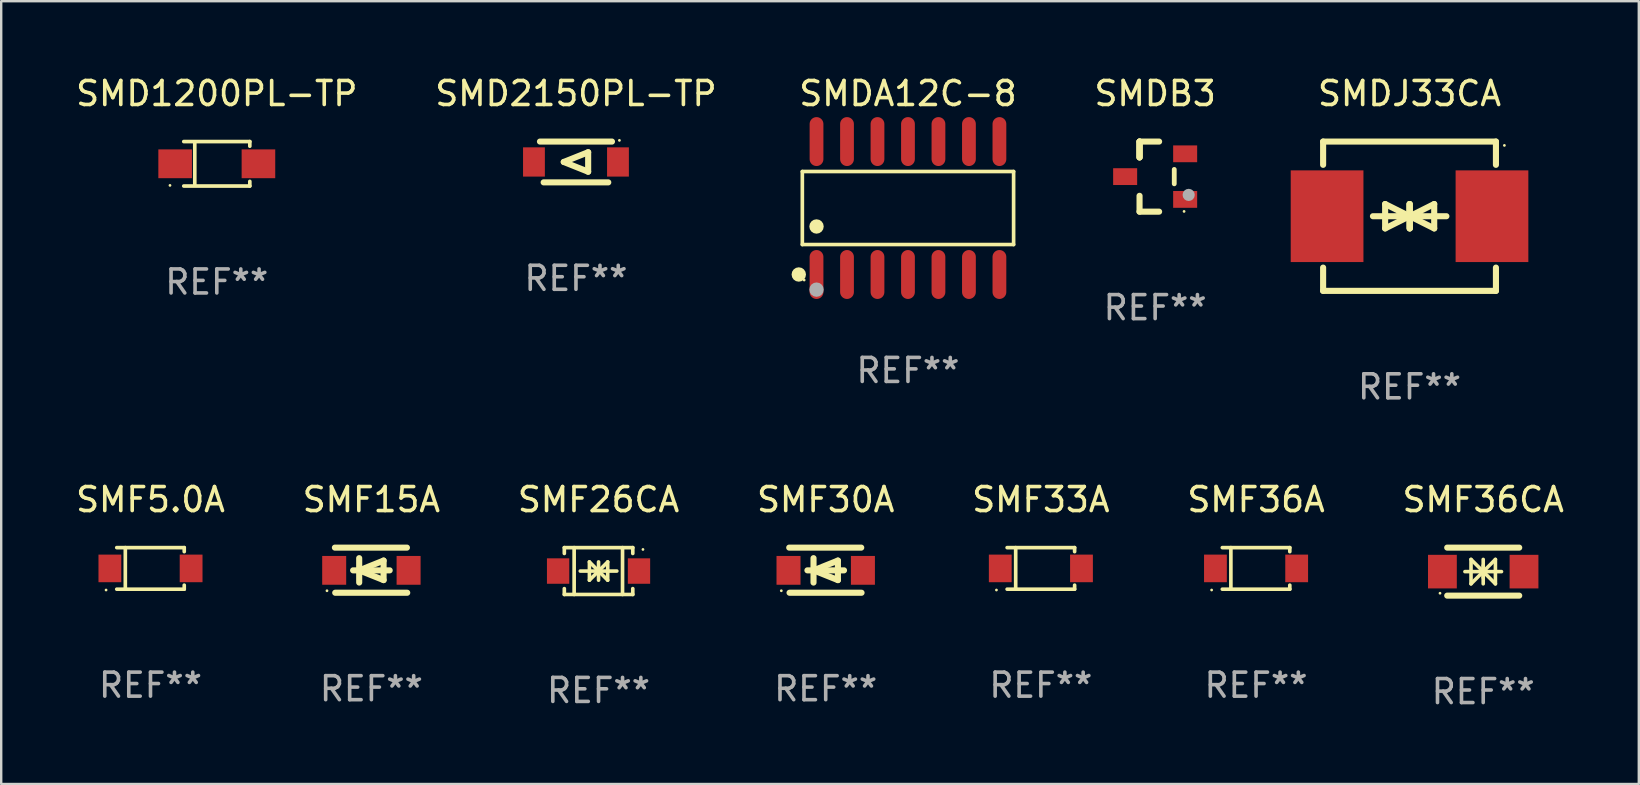
<source format=kicad_pcb>
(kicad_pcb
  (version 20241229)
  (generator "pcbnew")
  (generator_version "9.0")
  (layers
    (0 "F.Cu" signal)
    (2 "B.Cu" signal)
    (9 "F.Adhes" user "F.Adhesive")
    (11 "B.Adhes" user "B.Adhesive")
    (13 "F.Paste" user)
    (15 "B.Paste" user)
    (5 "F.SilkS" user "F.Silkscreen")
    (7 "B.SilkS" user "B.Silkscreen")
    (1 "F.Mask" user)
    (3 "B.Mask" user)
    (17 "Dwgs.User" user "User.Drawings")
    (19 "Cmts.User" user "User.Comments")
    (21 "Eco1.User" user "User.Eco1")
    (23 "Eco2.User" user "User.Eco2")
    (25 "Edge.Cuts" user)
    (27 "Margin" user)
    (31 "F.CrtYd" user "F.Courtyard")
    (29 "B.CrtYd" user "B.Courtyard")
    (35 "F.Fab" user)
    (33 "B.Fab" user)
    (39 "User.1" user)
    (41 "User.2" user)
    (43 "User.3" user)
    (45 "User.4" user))
  (footprint "SMF30A"
    (layer "F.Cu")
    (at 31.351 20.705)
    (property "Reference" "SMF30A" (at 0 -2.94 0) (layer "F.SilkS") (effects (font (size 1 1) (thickness 0.15))))
    (attr through_hole)
    (fp_line (start -1.52 -0.94) (end 1.48 -0.94) (stroke (width 0.254) (type solid)) (layer "F.SilkS"))
    (fp_line (start -1.507 0.94) (end 1.493 0.94) (stroke (width 0.254) (type solid)) (layer "F.SilkS"))
    (fp_line (start -0.762 0.007) (end 0.762 0.007) (stroke (width 0.254) (type solid)) (layer "F.SilkS"))
    (fp_line (start -0.508 -0.501) (end -0.508 0.515) (stroke (width 0.254) (type solid)) (layer "F.SilkS"))
    (fp_line (start -0.508 0.007) (end 0.508 -0.4) (stroke (width 0.254) (type solid)) (layer "F.SilkS"))
    (fp_line (start 0.508 -0.4) (end 0.508 0.413) (stroke (width 0.254) (type solid)) (layer "F.SilkS"))
    (fp_line (start 0.508 0.413) (end -0.508 0.007) (stroke (width 0.254) (type solid)) (layer "F.SilkS"))
    (fp_circle (center -1.85 0.857) (end -1.82 0.857) (stroke (width 0.06) (type solid)) (fill no) (layer "F.SilkS"))
    (fp_text user "REF**" (at 0 4.94 0) (layer "F.Fab") (effects (font (size 1 1) (thickness 0.15))))
    (pad "1" smd rect (at -1.55 0.007) (size 1 1.2) (layers "F.Cu" "F.Mask" "F.Paste"))
    (pad "2" smd rect (at 1.55 0.007) (size 1 1.2) (layers "F.Cu" "F.Mask" "F.Paste")))
  (footprint "SMF33A"
    (layer "F.Cu")
    (at 40.315 20.631)
    (property "Reference" "SMF33A" (at 0 -2.866 0) (layer "F.SilkS") (effects (font (size 1 1) (thickness 0.15))))
    (attr through_hole)
    (fp_line (start -1.406 -0.866) (end 1.406 -0.866) (stroke (width 0.152) (type solid)) (layer "F.SilkS"))
    (fp_line (start -1.406 0.866) (end 1.406 0.866) (stroke (width 0.152) (type solid)) (layer "F.SilkS"))
    (fp_line (start -1.049 -0.866) (end -1.049 0.866) (stroke (width 0.152) (type solid)) (layer "F.SilkS"))
    (fp_line (start 1.406 -0.866) (end 1.406 -0.698) (stroke (width 0.152) (type solid)) (layer "F.SilkS"))
    (fp_line (start 1.406 0.866) (end 1.406 0.698) (stroke (width 0.152) (type solid)) (layer "F.SilkS"))
    (fp_circle (center -1.851 0.9) (end -1.821 0.9) (stroke (width 0.06) (type solid)) (fill no) (layer "F.SilkS"))
    (fp_text user "REF**" (at 0 4.866 0) (layer "F.Fab") (effects (font (size 1 1) (thickness 0.15))))
    (pad "1" smd rect (at -1.692 0) (size 0.95 1.15) (layers "F.Cu" "F.Mask" "F.Paste"))
    (pad "2" smd rect (at 1.692 0) (size 0.95 1.15) (layers "F.Cu" "F.Mask" "F.Paste")))
  (footprint "SMDA12C-8"
    (layer "F.Cu")
    (at 34.778 5.617)
    (property "Reference" "SMDA12C-8" (at 0 -4.769 0) (layer "F.SilkS") (effects (font (size 1 1) (thickness 0.15))))
    (attr through_hole)
    (fp_line (start -4.401 -1.521) (end 4.401 -1.521) (stroke (width 0.152) (type solid)) (layer "F.SilkS"))
    (fp_line (start -4.401 1.521) (end -4.401 -1.521) (stroke (width 0.152) (type solid)) (layer "F.SilkS"))
    (fp_line (start 4.401 -1.521) (end 4.401 1.521) (stroke (width 0.152) (type solid)) (layer "F.SilkS"))
    (fp_line (start 4.401 1.521) (end -4.401 1.521) (stroke (width 0.152) (type solid)) (layer "F.SilkS"))
    (fp_circle (center -4.549 2.769) (end -4.399 2.769) (stroke (width 0.3) (type solid)) (fill no) (layer "F.SilkS"))
    (fp_circle (center -4.325 3) (end -4.295 3) (stroke (width 0.06) (type solid)) (fill no) (layer "F.SilkS"))
    (fp_circle (center -3.81 0.769) (end -3.66 0.769) (stroke (width 0.3) (type solid)) (fill no) (layer "F.SilkS"))
    (fp_circle (center -3.81 3.4) (end -3.66 3.4) (stroke (width 0.3) (type solid)) (fill no) (layer "F.Fab"))
    (fp_text user "REF**" (at 0 6.769 0) (layer "F.Fab") (effects (font (size 1 1) (thickness 0.15))))
    (pad "1" smd oval (at -3.81 2.769) (size 0.574 2.038) (layers "F.Cu" "F.Mask" "F.Paste"))
    (pad "2" smd oval (at -2.54 2.769) (size 0.574 2.038) (layers "F.Cu" "F.Mask" "F.Paste"))
    (pad "3" smd oval (at -1.27 2.769) (size 0.574 2.038) (layers "F.Cu" "F.Mask" "F.Paste"))
    (pad "4" smd oval (at 0 2.769) (size 0.574 2.038) (layers "F.Cu" "F.Mask" "F.Paste"))
    (pad "5" smd oval (at 1.27 2.769) (size 0.574 2.038) (layers "F.Cu" "F.Mask" "F.Paste"))
    (pad "6" smd oval (at 2.54 2.769) (size 0.574 2.038) (layers "F.Cu" "F.Mask" "F.Paste"))
    (pad "7" smd oval (at 3.81 2.769) (size 0.574 2.038) (layers "F.Cu" "F.Mask" "F.Paste"))
    (pad "8" smd oval (at 3.81 -2.769) (size 0.574 2.038) (layers "F.Cu" "F.Mask" "F.Paste"))
    (pad "9" smd oval (at 2.54 -2.769) (size 0.574 2.038) (layers "F.Cu" "F.Mask" "F.Paste"))
    (pad "10" smd oval (at 1.27 -2.769) (size 0.574 2.038) (layers "F.Cu" "F.Mask" "F.Paste"))
    (pad "11" smd oval (at 0 -2.769) (size 0.574 2.038) (layers "F.Cu" "F.Mask" "F.Paste"))
    (pad "12" smd oval (at -1.27 -2.769) (size 0.574 2.038) (layers "F.Cu" "F.Mask" "F.Paste"))
    (pad "13" smd oval (at -2.54 -2.769) (size 0.574 2.038) (layers "F.Cu" "F.Mask" "F.Paste"))
    (pad "14" smd oval (at -3.81 -2.769) (size 0.574 2.038) (layers "F.Cu" "F.Mask" "F.Paste")))
  (footprint "SMF15A"
    (layer "F.Cu")
    (at 12.423 20.705)
    (property "Reference" "SMF15A" (at 0 -2.94 0) (layer "F.SilkS") (effects (font (size 1 1) (thickness 0.15))))
    (attr through_hole)
    (fp_line (start -1.52 -0.94) (end 1.48 -0.94) (stroke (width 0.254) (type solid)) (layer "F.SilkS"))
    (fp_line (start -1.507 0.94) (end 1.493 0.94) (stroke (width 0.254) (type solid)) (layer "F.SilkS"))
    (fp_line (start -0.762 0.007) (end 0.762 0.007) (stroke (width 0.254) (type solid)) (layer "F.SilkS"))
    (fp_line (start -0.508 -0.501) (end -0.508 0.515) (stroke (width 0.254) (type solid)) (layer "F.SilkS"))
    (fp_line (start -0.508 0.007) (end 0.508 -0.4) (stroke (width 0.254) (type solid)) (layer "F.SilkS"))
    (fp_line (start 0.508 -0.4) (end 0.508 0.413) (stroke (width 0.254) (type solid)) (layer "F.SilkS"))
    (fp_line (start 0.508 0.413) (end -0.508 0.007) (stroke (width 0.254) (type solid)) (layer "F.SilkS"))
    (fp_circle (center -1.85 0.857) (end -1.82 0.857) (stroke (width 0.06) (type solid)) (fill no) (layer "F.SilkS"))
    (fp_text user "REF**" (at 0 4.94 0) (layer "F.Fab") (effects (font (size 1 1) (thickness 0.15))))
    (pad "1" smd rect (at -1.55 0.007) (size 1 1.2) (layers "F.Cu" "F.Mask" "F.Paste"))
    (pad "2" smd rect (at 1.55 0.007) (size 1 1.2) (layers "F.Cu" "F.Mask" "F.Paste")))
  (footprint "SMF36A"
    (layer "F.Cu")
    (at 49.28 20.631)
    (property "Reference" "SMF36A" (at 0 -2.866 0) (layer "F.SilkS") (effects (font (size 1 1) (thickness 0.15))))
    (attr through_hole)
    (fp_line (start -1.406 -0.866) (end 1.406 -0.866) (stroke (width 0.152) (type solid)) (layer "F.SilkS"))
    (fp_line (start -1.406 0.866) (end 1.406 0.866) (stroke (width 0.152) (type solid)) (layer "F.SilkS"))
    (fp_line (start -1.049 -0.866) (end -1.049 0.866) (stroke (width 0.152) (type solid)) (layer "F.SilkS"))
    (fp_line (start 1.406 -0.866) (end 1.406 -0.698) (stroke (width 0.152) (type solid)) (layer "F.SilkS"))
    (fp_line (start 1.406 0.866) (end 1.406 0.698) (stroke (width 0.152) (type solid)) (layer "F.SilkS"))
    (fp_circle (center -1.851 0.9) (end -1.821 0.9) (stroke (width 0.06) (type solid)) (fill no) (layer "F.SilkS"))
    (fp_text user "REF**" (at 0 4.866 0) (layer "F.Fab") (effects (font (size 1 1) (thickness 0.15))))
    (pad "1" smd rect (at -1.692 0) (size 0.95 1.15) (layers "F.Cu" "F.Mask" "F.Paste"))
    (pad "2" smd rect (at 1.692 0) (size 0.95 1.15) (layers "F.Cu" "F.Mask" "F.Paste")))
  (footprint "SMD2150PL-TP"
    (layer "F.Cu")
    (at 20.946 3.698)
    (property "Reference" "SMD2150PL-TP" (at 0 -2.85 0) (layer "F.SilkS") (effects (font (size 1 1) (thickness 0.15))))
    (attr through_hole)
    (fp_line (start -1.5 -0.85) (end 1.5 -0.85) (stroke (width 0.254) (type solid)) (layer "F.SilkS"))
    (fp_line (start -0.508 0) (end 0.508 -0.406) (stroke (width 0.254) (type solid)) (layer "F.SilkS"))
    (fp_line (start 0.508 -0.406) (end 0.508 0.406) (stroke (width 0.254) (type solid)) (layer "F.SilkS"))
    (fp_line (start 0.508 0.406) (end -0.508 0) (stroke (width 0.254) (type solid)) (layer "F.SilkS"))
    (fp_line (start 1.346 0.85) (end -1.346 0.85) (stroke (width 0.254) (type solid)) (layer "F.SilkS"))
    (fp_circle (center 1.81 -0.9) (end 1.84 -0.9) (stroke (width 0.06) (type solid)) (fill no) (layer "F.SilkS"))
    (fp_text user "REF**" (at 0 4.85 0) (layer "F.Fab") (effects (font (size 1 1) (thickness 0.15))))
    (pad "1" smd rect (at 1.75 0) (size 0.909 1.219) (layers "F.Cu" "F.Mask" "F.Paste"))
    (pad "2" smd rect (at -1.75 0) (size 0.909 1.219) (layers "F.Cu" "F.Mask" "F.Paste")))
  (footprint "SMF5.0A"
    (layer "F.Cu")
    (at 3.22 20.631)
    (property "Reference" "SMF5.0A" (at 0 -2.866 0) (layer "F.SilkS") (effects (font (size 1 1) (thickness 0.15))))
    (attr through_hole)
    (fp_line (start -1.406 -0.866) (end 1.406 -0.866) (stroke (width 0.152) (type solid)) (layer "F.SilkS"))
    (fp_line (start -1.406 0.866) (end 1.406 0.866) (stroke (width 0.152) (type solid)) (layer "F.SilkS"))
    (fp_line (start -1.049 -0.866) (end -1.049 0.866) (stroke (width 0.152) (type solid)) (layer "F.SilkS"))
    (fp_line (start 1.406 -0.866) (end 1.406 -0.698) (stroke (width 0.152) (type solid)) (layer "F.SilkS"))
    (fp_line (start 1.406 0.866) (end 1.406 0.698) (stroke (width 0.152) (type solid)) (layer "F.SilkS"))
    (fp_circle (center -1.851 0.9) (end -1.821 0.9) (stroke (width 0.06) (type solid)) (fill no) (layer "F.SilkS"))
    (fp_text user "REF**" (at 0 4.866 0) (layer "F.Fab") (effects (font (size 1 1) (thickness 0.15))))
    (pad "1" smd rect (at -1.692 0) (size 0.95 1.15) (layers "F.Cu" "F.Mask" "F.Paste"))
    (pad "2" smd rect (at 1.692 0) (size 0.95 1.15) (layers "F.Cu" "F.Mask" "F.Paste")))
  (footprint "SMDJ33CA"
    (layer "F.Cu")
    (at 55.674 5.958)
    (property "Reference" "SMDJ33CA" (at 0 -5.11 0) (layer "F.SilkS") (effects (font (size 1 1) (thickness 0.15))))
    (attr through_hole)
    (fp_line (start -3.6 -2.141) (end -3.6 -3.11) (stroke (width 0.254) (type solid)) (layer "F.SilkS"))
    (fp_line (start -3.6 3.11) (end -3.6 2.141) (stroke (width 0.254) (type solid)) (layer "F.SilkS"))
    (fp_line (start -1.524 0) (end 0.508 0) (stroke (width 0.254) (type solid)) (layer "F.SilkS"))
    (fp_line (start -1.016 -0.508) (end -1.016 0.508) (stroke (width 0.254) (type solid)) (layer "F.SilkS"))
    (fp_line (start -1.016 0.508) (end 0 0) (stroke (width 0.254) (type solid)) (layer "F.SilkS"))
    (fp_line (start 0 -0.508) (end 0 0.508) (stroke (width 0.254) (type solid)) (layer "F.SilkS"))
    (fp_line (start 0 0) (end -1.016 -0.508) (stroke (width 0.254) (type solid)) (layer "F.SilkS"))
    (fp_line (start 0 0) (end 0 -0.508) (stroke (width 0.254) (type solid)) (layer "F.SilkS"))
    (fp_line (start 0.012 0) (end 0.012 0.508) (stroke (width 0.254) (type solid)) (layer "F.SilkS"))
    (fp_line (start 0.012 0) (end 1.028 0.508) (stroke (width 0.254) (type solid)) (layer "F.SilkS"))
    (fp_line (start 0.012 0.508) (end 0.012 -0.508) (stroke (width 0.254) (type solid)) (layer "F.SilkS"))
    (fp_line (start 1.028 -0.508) (end 0.012 0) (stroke (width 0.254) (type solid)) (layer "F.SilkS"))
    (fp_line (start 1.028 0.508) (end 1.028 -0.508) (stroke (width 0.254) (type solid)) (layer "F.SilkS"))
    (fp_line (start 1.536 0) (end -0.496 0) (stroke (width 0.254) (type solid)) (layer "F.SilkS"))
    (fp_line (start 3.6 -3.11) (end -3.6 -3.11) (stroke (width 0.254) (type solid)) (layer "F.SilkS"))
    (fp_line (start 3.6 -2.141) (end 3.6 -3.11) (stroke (width 0.254) (type solid)) (layer "F.SilkS"))
    (fp_line (start 3.6 3.11) (end -3.6 3.11) (stroke (width 0.254) (type solid)) (layer "F.SilkS"))
    (fp_line (start 3.6 3.11) (end 3.6 2.141) (stroke (width 0.254) (type solid)) (layer "F.SilkS"))
    (fp_circle (center 3.952 -2.95) (end 3.982 -2.95) (stroke (width 0.06) (type solid)) (fill no) (layer "F.SilkS"))
    (fp_text user "REF**" (at 0 7.11 0) (layer "F.Fab") (effects (font (size 1 1) (thickness 0.15))))
    (pad "1" smd rect (at 3.435 0) (size 3.03 3.82) (layers "F.Cu" "F.Mask" "F.Paste"))
    (pad "2" smd rect (at -3.435 0) (size 3.03 3.82) (layers "F.Cu" "F.Mask" "F.Paste")))
  (footprint "SMF26CA"
    (layer "F.Cu")
    (at 21.887 20.741)
    (property "Reference" "SMF26CA" (at 0 -2.976 0) (layer "F.SilkS") (effects (font (size 1 1) (thickness 0.15))))
    (attr through_hole)
    (fp_line (start -1.426 -0.976) (end -1.426 -0.733) (stroke (width 0.152) (type solid)) (layer "F.SilkS"))
    (fp_line (start -1.426 -0.976) (end 1.426 -0.976) (stroke (width 0.152) (type solid)) (layer "F.SilkS"))
    (fp_line (start -1.426 0.976) (end -1.426 0.733) (stroke (width 0.152) (type solid)) (layer "F.SilkS"))
    (fp_line (start -1.426 0.976) (end 1.426 0.976) (stroke (width 0.152) (type solid)) (layer "F.SilkS"))
    (fp_line (start -1.017 -0.976) (end -1.017 0.976) (stroke (width 0.152) (type solid)) (layer "F.SilkS"))
    (fp_line (start -0.762 0) (end 0.762 0) (stroke (width 0.15) (type solid)) (layer "F.SilkS"))
    (fp_line (start -0.381 -0.381) (end 0 0) (stroke (width 0.15) (type solid)) (layer "F.SilkS"))
    (fp_line (start -0.381 0.381) (end -0.381 -0.381) (stroke (width 0.15) (type solid)) (layer "F.SilkS"))
    (fp_line (start 0 -0.381) (end 0 0.381) (stroke (width 0.15) (type solid)) (layer "F.SilkS"))
    (fp_line (start 0 0) (end -0.381 0.381) (stroke (width 0.15) (type solid)) (layer "F.SilkS"))
    (fp_line (start 0 0) (end 0.381 -0.381) (stroke (width 0.15) (type solid)) (layer "F.SilkS"))
    (fp_line (start 0.381 -0.381) (end 0.381 0.381) (stroke (width 0.15) (type solid)) (layer "F.SilkS"))
    (fp_line (start 0.381 0.381) (end 0 0) (stroke (width 0.15) (type solid)) (layer "F.SilkS"))
    (fp_line (start 0.999 -0.976) (end 0.999 0.976) (stroke (width 0.152) (type solid)) (layer "F.SilkS"))
    (fp_line (start 1.426 -0.976) (end 1.426 -0.733) (stroke (width 0.152) (type solid)) (layer "F.SilkS"))
    (fp_line (start 1.426 0.976) (end 1.426 0.733) (stroke (width 0.152) (type solid)) (layer "F.SilkS"))
    (fp_circle (center 1.85 -0.9) (end 1.88 -0.9) (stroke (width 0.06) (type solid)) (fill no) (layer "F.SilkS"))
    (fp_text user "REF**" (at 0 4.976 0) (layer "F.Fab") (effects (font (size 1 1) (thickness 0.15))))
    (pad "1" smd rect (at 1.685 0 180) (size 0.93 1.06) (layers "F.Cu" "F.Mask" "F.Paste"))
    (pad "2" smd rect (at -1.685 0 180) (size 0.93 1.06) (layers "F.Cu" "F.Mask" "F.Paste")))
  (footprint "SMDB3"
    (layer "F.Cu")
    (at 45.076 4.308)
    (property "Reference" "SMDB3" (at 0 -3.46 0) (layer "F.SilkS") (effects (font (size 1 1) (thickness 0.15))))
    (attr through_hole)
    (fp_line (start -0.65 -1.46) (end -0.65 -0.8) (stroke (width 0.254) (type solid)) (layer "F.SilkS"))
    (fp_line (start -0.65 -1.46) (end 0.165 -1.46) (stroke (width 0.254) (type solid)) (layer "F.SilkS"))
    (fp_line (start -0.65 -0.8) (end -0.65 -1.46) (stroke (width 0.254) (type solid)) (layer "F.SilkS"))
    (fp_line (start -0.65 -0.8) (end -0.65 -1.46) (stroke (width 0.254) (type solid)) (layer "F.SilkS"))
    (fp_line (start -0.65 1.46) (end -0.65 0.8) (stroke (width 0.254) (type solid)) (layer "F.SilkS"))
    (fp_line (start 0.165 1.46) (end -0.65 1.46) (stroke (width 0.254) (type solid)) (layer "F.SilkS"))
    (fp_line (start 0.796 0.3) (end 0.796 -0.3) (stroke (width 0.2) (type solid)) (layer "F.SilkS"))
    (fp_circle (center 1.205 1.45) (end 1.235 1.45) (stroke (width 0.06) (type solid)) (fill no) (layer "F.SilkS"))
    (fp_circle (center 1.397 0.762) (end 1.524 0.762) (stroke (width 0.254) (type solid)) (fill no) (layer "F.Fab"))
    (fp_text user "REF**" (at 0 5.46 0) (layer "F.Fab") (effects (font (size 1 1) (thickness 0.15))))
    (pad "1" smd rect (at 1.25 0.95 270) (size 0.7 1) (layers "F.Cu" "F.Mask" "F.Paste"))
    (pad "2" smd rect (at -1.25 0.000102 270) (size 0.7 1) (layers "F.Cu" "F.Mask" "F.Paste"))
    (pad "3" smd rect (at 1.25 -0.95 270) (size 0.7 1) (layers "F.Cu" "F.Mask" "F.Paste")))
  (footprint "SMF36CA"
    (layer "F.Cu")
    (at 58.744 20.765)
    (property "Reference" "SMF36CA" (at 0 -3 0) (layer "F.SilkS") (effects (font (size 1 1) (thickness 0.15))))
    (attr through_hole)
    (fp_line (start -1.5 -1) (end 1.5 -1) (stroke (width 0.254) (type solid)) (layer "F.SilkS"))
    (fp_line (start -1.5 1) (end 1.5 1) (stroke (width 0.254) (type solid)) (layer "F.SilkS"))
    (fp_line (start -0.762 0) (end 0.762 0) (stroke (width 0.15) (type solid)) (layer "F.SilkS"))
    (fp_line (start -0.508 -0.508) (end -0.508 0.508) (stroke (width 0.15) (type solid)) (layer "F.SilkS"))
    (fp_line (start 0 -0.508) (end 0 0.508) (stroke (width 0.15) (type solid)) (layer "F.SilkS"))
    (fp_line (start 0 0) (end -0.508 -0.508) (stroke (width 0.15) (type solid)) (layer "F.SilkS"))
    (fp_line (start 0 0) (end -0.508 0.508) (stroke (width 0.15) (type solid)) (layer "F.SilkS"))
    (fp_line (start 0 0) (end 0.508 -0.508) (stroke (width 0.15) (type solid)) (layer "F.SilkS"))
    (fp_line (start 0 0) (end 0.508 0.508) (stroke (width 0.15) (type solid)) (layer "F.SilkS"))
    (fp_line (start 0 0.254) (end 0 -0.254) (stroke (width 0.15) (type solid)) (layer "F.SilkS"))
    (fp_line (start 0.508 0.508) (end 0.508 -0.508) (stroke (width 0.15) (type solid)) (layer "F.SilkS"))
    (fp_circle (center -1.8 0.9) (end -1.77 0.9) (stroke (width 0.06) (type solid)) (fill no) (layer "F.SilkS"))
    (fp_text user "REF**" (at 0 5 0) (layer "F.Fab") (effects (font (size 1 1) (thickness 0.15))))
    (pad "1" smd rect (at -1.7 0) (size 1.2 1.4) (layers "F.Cu" "F.Mask" "F.Paste"))
    (pad "2" smd rect (at 1.7 0) (size 1.2 1.4) (layers "F.Cu" "F.Mask" "F.Paste")))
  (footprint "SMD1200PL-TP"
    (layer "F.Cu")
    (at 5.982 3.774)
    (property "Reference" "SMD1200PL-TP" (at 0 -2.926 0) (layer "F.SilkS") (effects (font (size 1 1) (thickness 0.15))))
    (attr through_hole)
    (fp_line (start -1.376 -0.926) (end 1.376 -0.926) (stroke (width 0.152) (type solid)) (layer "F.SilkS"))
    (fp_line (start -1.376 0.926) (end 1.376 0.926) (stroke (width 0.152) (type solid)) (layer "F.SilkS"))
    (fp_line (start -0.917 -0.876) (end -0.917 0.876) (stroke (width 0.152) (type solid)) (layer "F.SilkS"))
    (fp_line (start 1.376 -0.926) (end 1.376 -0.733) (stroke (width 0.152) (type solid)) (layer "F.SilkS"))
    (fp_line (start 1.376 0.926) (end 1.376 0.733) (stroke (width 0.152) (type solid)) (layer "F.SilkS"))
    (fp_circle (center -1.95 0.9) (end -1.92 0.9) (stroke (width 0.06) (type solid)) (fill no) (layer "F.SilkS"))
    (fp_text user "REF**" (at 0 4.926 0) (layer "F.Fab") (effects (font (size 1 1) (thickness 0.15))))
    (pad "1" smd rect (at -1.735 0) (size 1.4 1.2) (layers "F.Cu" "F.Mask" "F.Paste"))
    (pad "2" smd rect (at 1.735 0) (size 1.4 1.2) (layers "F.Cu" "F.Mask" "F.Paste")))
  (gr_rect
    (start -3 -3)
    (end 65.226 29.613)
    (stroke (width 0.1) (type default))
    (fill no)
    (layer "Edge.Cuts")))
</source>
